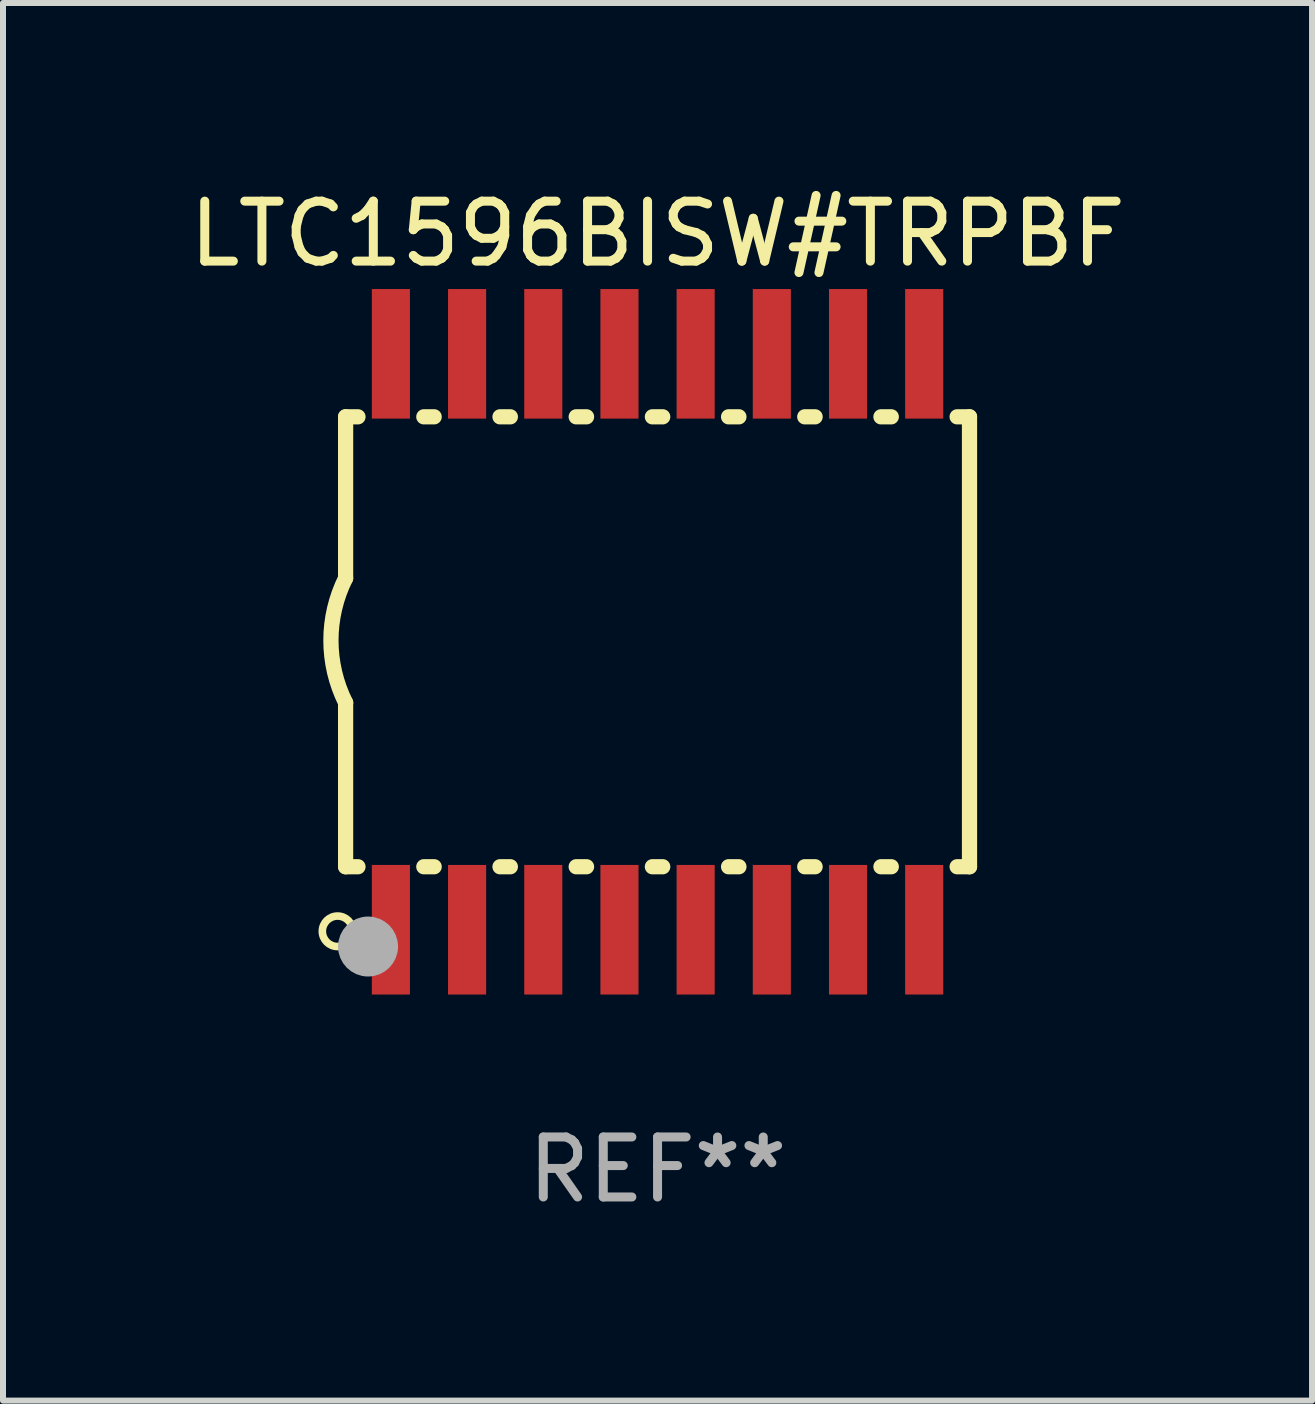
<source format=kicad_pcb>
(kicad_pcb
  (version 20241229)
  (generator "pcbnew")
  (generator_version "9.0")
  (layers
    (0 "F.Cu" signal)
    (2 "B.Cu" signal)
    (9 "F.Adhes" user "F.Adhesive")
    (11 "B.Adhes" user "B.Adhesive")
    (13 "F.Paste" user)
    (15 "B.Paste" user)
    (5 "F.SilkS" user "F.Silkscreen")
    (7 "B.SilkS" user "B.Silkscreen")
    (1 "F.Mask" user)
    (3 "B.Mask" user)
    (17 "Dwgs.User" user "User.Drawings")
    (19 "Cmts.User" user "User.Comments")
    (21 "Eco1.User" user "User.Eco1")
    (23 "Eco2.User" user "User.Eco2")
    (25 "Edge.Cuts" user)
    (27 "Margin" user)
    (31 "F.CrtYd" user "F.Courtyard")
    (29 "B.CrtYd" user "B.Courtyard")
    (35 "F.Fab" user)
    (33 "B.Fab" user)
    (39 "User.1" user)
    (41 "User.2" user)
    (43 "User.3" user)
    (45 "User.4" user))
  (footprint "LTC1596BISW#TRPBF"
    (layer "F.Cu")
    (at 7.911 7.648)
    (property "Reference" "LTC1596BISW#TRPBF" (at 0 -6.8 0) (layer "F.SilkS") (effects (font (size 1 1) (thickness 0.15))))
    (attr through_hole)
    (fp_line (start -5.2 -3.75) (end -5.2 -1.06) (stroke (width 0.254) (type solid)) (layer "F.SilkS"))
    (fp_line (start -5.2 -3.75) (end -4.994 -3.75) (stroke (width 0.254) (type solid)) (layer "F.SilkS"))
    (fp_line (start -5.2 3.75) (end -5.2 1.016) (stroke (width 0.254) (type solid)) (layer "F.SilkS"))
    (fp_line (start -5.2 3.75) (end -4.994 3.75) (stroke (width 0.254) (type solid)) (layer "F.SilkS"))
    (fp_line (start -3.896 -3.75) (end -3.724 -3.75) (stroke (width 0.254) (type solid)) (layer "F.SilkS"))
    (fp_line (start -3.896 3.75) (end -3.724 3.75) (stroke (width 0.254) (type solid)) (layer "F.SilkS"))
    (fp_line (start -2.626 -3.75) (end -2.454 -3.75) (stroke (width 0.254) (type solid)) (layer "F.SilkS"))
    (fp_line (start -2.626 3.75) (end -2.454 3.75) (stroke (width 0.254) (type solid)) (layer "F.SilkS"))
    (fp_line (start -1.356 -3.75) (end -1.184 -3.75) (stroke (width 0.254) (type solid)) (layer "F.SilkS"))
    (fp_line (start -1.356 3.75) (end -1.184 3.75) (stroke (width 0.254) (type solid)) (layer "F.SilkS"))
    (fp_line (start -0.086 -3.75) (end 0.086 -3.75) (stroke (width 0.254) (type solid)) (layer "F.SilkS"))
    (fp_line (start -0.086 3.75) (end 0.086 3.75) (stroke (width 0.254) (type solid)) (layer "F.SilkS"))
    (fp_line (start 1.184 -3.75) (end 1.356 -3.75) (stroke (width 0.254) (type solid)) (layer "F.SilkS"))
    (fp_line (start 1.184 3.75) (end 1.356 3.75) (stroke (width 0.254) (type solid)) (layer "F.SilkS"))
    (fp_line (start 2.454 -3.75) (end 2.626 -3.75) (stroke (width 0.254) (type solid)) (layer "F.SilkS"))
    (fp_line (start 2.454 3.75) (end 2.626 3.75) (stroke (width 0.254) (type solid)) (layer "F.SilkS"))
    (fp_line (start 3.724 -3.75) (end 3.896 -3.75) (stroke (width 0.254) (type solid)) (layer "F.SilkS"))
    (fp_line (start 3.724 3.75) (end 3.896 3.75) (stroke (width 0.254) (type solid)) (layer "F.SilkS"))
    (fp_line (start 4.994 -3.75) (end 5.2 -3.75) (stroke (width 0.254) (type solid)) (layer "F.SilkS"))
    (fp_line (start 4.994 3.75) (end 5.2 3.75) (stroke (width 0.254) (type solid)) (layer "F.SilkS"))
    (fp_line (start 5.2 3.75) (end 5.2 -3.75) (stroke (width 0.254) (type solid)) (layer "F.SilkS"))
    (fp_arc (start -5.199391 1.016002) (mid -5.444637 -0.021925) (end -5.2 -1.059995) (stroke (width 0.254001) (type solid)) (layer "F.SilkS"))
    (fp_circle (center -5.334 4.826) (end -5.08 4.826) (stroke (width 0.127) (type solid)) (fill no) (layer "F.SilkS"))
    (fp_circle (center -5.15 5.15) (end -5.12 5.15) (stroke (width 0.06) (type solid)) (fill no) (layer "F.SilkS"))
    (fp_circle (center -4.826 5.08) (end -4.576 5.08) (stroke (width 0.5) (type solid)) (fill no) (layer "F.Fab"))
    (fp_text user "REF**" (at 0 8.8 0) (layer "F.Fab") (effects (font (size 1 1) (thickness 0.15))))
    (pad "1" smd rect (at -4.445 4.8) (size 0.635 2.16) (layers "F.Cu" "F.Mask" "F.Paste"))
    (pad "2" smd rect (at -3.175 4.8) (size 0.635 2.16) (layers "F.Cu" "F.Mask" "F.Paste"))
    (pad "3" smd rect (at -1.905 4.8) (size 0.635 2.16) (layers "F.Cu" "F.Mask" "F.Paste"))
    (pad "4" smd rect (at -0.635 4.8) (size 0.635 2.16) (layers "F.Cu" "F.Mask" "F.Paste"))
    (pad "5" smd rect (at 0.635 4.8) (size 0.635 2.16) (layers "F.Cu" "F.Mask" "F.Paste"))
    (pad "6" smd rect (at 1.905 4.8) (size 0.635 2.16) (layers "F.Cu" "F.Mask" "F.Paste"))
    (pad "7" smd rect (at 3.175 4.8) (size 0.635 2.16) (layers "F.Cu" "F.Mask" "F.Paste"))
    (pad "8" smd rect (at 4.445 4.8) (size 0.635 2.16) (layers "F.Cu" "F.Mask" "F.Paste"))
    (pad "9" smd rect (at 4.445 -4.8) (size 0.635 2.16) (layers "F.Cu" "F.Mask" "F.Paste"))
    (pad "10" smd rect (at 3.175 -4.8) (size 0.635 2.16) (layers "F.Cu" "F.Mask" "F.Paste"))
    (pad "11" smd rect (at 1.905 -4.8) (size 0.635 2.16) (layers "F.Cu" "F.Mask" "F.Paste"))
    (pad "12" smd rect (at 0.635 -4.8) (size 0.635 2.16) (layers "F.Cu" "F.Mask" "F.Paste"))
    (pad "13" smd rect (at -0.635 -4.8) (size 0.635 2.16) (layers "F.Cu" "F.Mask" "F.Paste"))
    (pad "14" smd rect (at -1.905 -4.8) (size 0.635 2.16) (layers "F.Cu" "F.Mask" "F.Paste"))
    (pad "15" smd rect (at -3.175 -4.8) (size 0.635 2.16) (layers "F.Cu" "F.Mask" "F.Paste"))
    (pad "16" smd rect (at -4.445 -4.8) (size 0.635 2.16) (layers "F.Cu" "F.Mask" "F.Paste")))
  (gr_rect
    (start -3 -3)
    (end 18.821 20.297)
    (stroke (width 0.1) (type default))
    (fill no)
    (layer "Edge.Cuts")))
</source>
